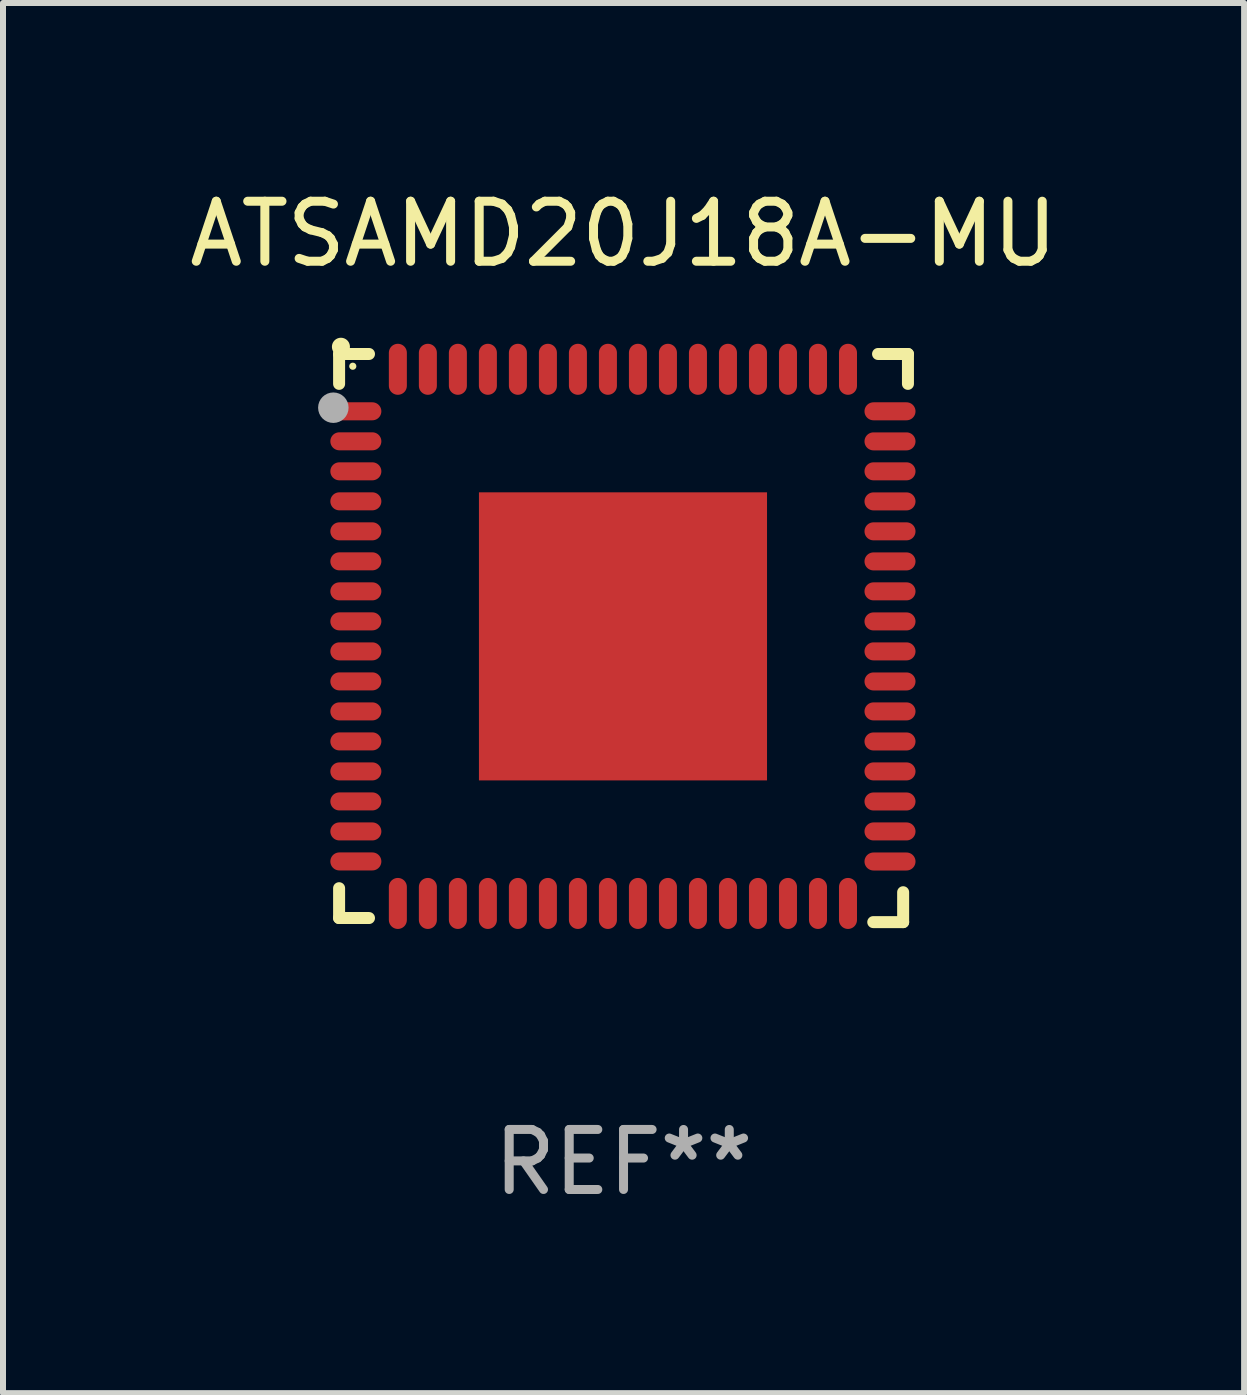
<source format=kicad_pcb>
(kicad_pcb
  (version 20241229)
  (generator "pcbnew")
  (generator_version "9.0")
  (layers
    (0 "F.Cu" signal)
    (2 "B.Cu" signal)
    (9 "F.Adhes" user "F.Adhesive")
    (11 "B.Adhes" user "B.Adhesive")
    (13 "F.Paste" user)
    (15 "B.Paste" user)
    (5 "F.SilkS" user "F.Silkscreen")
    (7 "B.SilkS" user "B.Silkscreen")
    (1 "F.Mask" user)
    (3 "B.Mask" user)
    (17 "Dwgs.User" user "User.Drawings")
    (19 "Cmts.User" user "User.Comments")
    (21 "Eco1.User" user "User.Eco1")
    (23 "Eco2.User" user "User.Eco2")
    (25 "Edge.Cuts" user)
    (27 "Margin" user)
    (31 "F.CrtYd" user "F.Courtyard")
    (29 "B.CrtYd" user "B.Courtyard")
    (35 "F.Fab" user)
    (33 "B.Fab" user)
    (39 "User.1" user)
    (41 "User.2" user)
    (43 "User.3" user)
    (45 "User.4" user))
  (footprint "ATSAMD20J18A-MU"
    (layer "F.Cu")
    (at 7.339 7.581)
    (property "Reference" "ATSAMD20J18A-MU" (at 0 -6.733 0) (layer "F.SilkS") (effects (font (size 1 1) (thickness 0.15))))
    (attr through_hole)
    (fp_line (start -4.739 -4.733) (end -4.241 -4.733) (stroke (width 0.2) (type solid)) (layer "F.SilkS"))
    (fp_line (start -4.739 -4.235) (end -4.739 -4.733) (stroke (width 0.2) (type solid)) (layer "F.SilkS"))
    (fp_line (start -4.739 4.168) (end -4.739 4.665) (stroke (width 0.2) (type solid)) (layer "F.SilkS"))
    (fp_line (start -4.739 4.665) (end -4.241 4.665) (stroke (width 0.2) (type solid)) (layer "F.SilkS"))
    (fp_line (start 4.161 4.733) (end 4.659 4.733) (stroke (width 0.2) (type solid)) (layer "F.SilkS"))
    (fp_line (start 4.241 -4.733) (end 4.739 -4.733) (stroke (width 0.2) (type solid)) (layer "F.SilkS"))
    (fp_line (start 4.659 4.733) (end 4.659 4.235) (stroke (width 0.2) (type solid)) (layer "F.SilkS"))
    (fp_line (start 4.739 -4.733) (end 4.739 -4.235) (stroke (width 0.2) (type solid)) (layer "F.SilkS"))
    (fp_arc (start -4.708623 -4.85108) (mid -4.708628 -4.85235) (end -4.708623 -4.85362) (stroke (width 0.3) (type solid)) (layer "F.SilkS"))
    (fp_circle (center -4.511 -4.529) (end -4.481 -4.529) (stroke (width 0.06) (type solid)) (fill no) (layer "F.SilkS"))
    (fp_circle (center -4.835 -3.838) (end -4.708 -3.838) (stroke (width 0.254) (type solid)) (fill no) (layer "F.Fab"))
    (fp_text user "REF**" (at 0 8.733 0) (layer "F.Fab") (effects (font (size 1 1) (thickness 0.15))))
    (pad "1" smd oval (at -4.46 -3.778) (size 0.85 0.3) (layers "F.Cu" "F.Mask" "F.Paste"))
    (pad "2" smd oval (at -4.46 -3.278) (size 0.85 0.3) (layers "F.Cu" "F.Mask" "F.Paste"))
    (pad "3" smd oval (at -4.46 -2.778) (size 0.85 0.3) (layers "F.Cu" "F.Mask" "F.Paste"))
    (pad "4" smd oval (at -4.46 -2.278) (size 0.85 0.3) (layers "F.Cu" "F.Mask" "F.Paste"))
    (pad "5" smd oval (at -4.46 -1.778) (size 0.85 0.3) (layers "F.Cu" "F.Mask" "F.Paste"))
    (pad "6" smd oval (at -4.46 -1.278) (size 0.85 0.3) (layers "F.Cu" "F.Mask" "F.Paste"))
    (pad "7" smd oval (at -4.46 -0.778) (size 0.85 0.3) (layers "F.Cu" "F.Mask" "F.Paste"))
    (pad "8" smd oval (at -4.46 -0.278) (size 0.85 0.3) (layers "F.Cu" "F.Mask" "F.Paste"))
    (pad "9" smd oval (at -4.46 0.222) (size 0.85 0.3) (layers "F.Cu" "F.Mask" "F.Paste"))
    (pad "10" smd oval (at -4.46 0.722) (size 0.85 0.3) (layers "F.Cu" "F.Mask" "F.Paste"))
    (pad "11" smd oval (at -4.46 1.222) (size 0.85 0.3) (layers "F.Cu" "F.Mask" "F.Paste"))
    (pad "12" smd oval (at -4.46 1.722) (size 0.85 0.3) (layers "F.Cu" "F.Mask" "F.Paste"))
    (pad "13" smd oval (at -4.46 2.222) (size 0.85 0.3) (layers "F.Cu" "F.Mask" "F.Paste"))
    (pad "14" smd oval (at -4.46 2.722) (size 0.85 0.3) (layers "F.Cu" "F.Mask" "F.Paste"))
    (pad "15" smd oval (at -4.46 3.222) (size 0.85 0.3) (layers "F.Cu" "F.Mask" "F.Paste"))
    (pad "16" smd oval (at -4.46 3.722) (size 0.85 0.3) (layers "F.Cu" "F.Mask" "F.Paste"))
    (pad "17" smd oval (at -3.76 4.422) (size 0.3 0.85) (layers "F.Cu" "F.Mask" "F.Paste"))
    (pad "18" smd oval (at -3.26 4.422) (size 0.3 0.85) (layers "F.Cu" "F.Mask" "F.Paste"))
    (pad "19" smd oval (at -2.76 4.422) (size 0.3 0.85) (layers "F.Cu" "F.Mask" "F.Paste"))
    (pad "20" smd oval (at -2.26 4.422) (size 0.3 0.85) (layers "F.Cu" "F.Mask" "F.Paste"))
    (pad "21" smd oval (at -1.76 4.422) (size 0.3 0.85) (layers "F.Cu" "F.Mask" "F.Paste"))
    (pad "22" smd oval (at -1.26 4.422) (size 0.3 0.85) (layers "F.Cu" "F.Mask" "F.Paste"))
    (pad "23" smd oval (at -0.76 4.422) (size 0.3 0.85) (layers "F.Cu" "F.Mask" "F.Paste"))
    (pad "24" smd oval (at -0.26 4.422) (size 0.3 0.85) (layers "F.Cu" "F.Mask" "F.Paste"))
    (pad "25" smd oval (at 0.24 4.422) (size 0.3 0.85) (layers "F.Cu" "F.Mask" "F.Paste"))
    (pad "26" smd oval (at 0.74 4.422) (size 0.3 0.85) (layers "F.Cu" "F.Mask" "F.Paste"))
    (pad "27" smd oval (at 1.24 4.422) (size 0.3 0.85) (layers "F.Cu" "F.Mask" "F.Paste"))
    (pad "28" smd oval (at 1.74 4.422) (size 0.3 0.85) (layers "F.Cu" "F.Mask" "F.Paste"))
    (pad "29" smd oval (at 2.24 4.422) (size 0.3 0.85) (layers "F.Cu" "F.Mask" "F.Paste"))
    (pad "30" smd oval (at 2.74 4.422) (size 0.3 0.85) (layers "F.Cu" "F.Mask" "F.Paste"))
    (pad "31" smd oval (at 3.24 4.422) (size 0.3 0.85) (layers "F.Cu" "F.Mask" "F.Paste"))
    (pad "32" smd oval (at 3.74 4.422) (size 0.3 0.85) (layers "F.Cu" "F.Mask" "F.Paste"))
    (pad "33" smd oval (at 4.44 3.723) (size 0.85 0.3) (layers "F.Cu" "F.Mask" "F.Paste"))
    (pad "34" smd oval (at 4.44 3.222) (size 0.85 0.3) (layers "F.Cu" "F.Mask" "F.Paste"))
    (pad "35" smd oval (at 4.44 2.723) (size 0.85 0.3) (layers "F.Cu" "F.Mask" "F.Paste"))
    (pad "36" smd oval (at 4.44 2.222) (size 0.85 0.3) (layers "F.Cu" "F.Mask" "F.Paste"))
    (pad "37" smd oval (at 4.44 1.723) (size 0.85 0.3) (layers "F.Cu" "F.Mask" "F.Paste"))
    (pad "38" smd oval (at 4.44 1.222) (size 0.85 0.3) (layers "F.Cu" "F.Mask" "F.Paste"))
    (pad "39" smd oval (at 4.44 0.723) (size 0.85 0.3) (layers "F.Cu" "F.Mask" "F.Paste"))
    (pad "40" smd oval (at 4.44 0.222) (size 0.85 0.3) (layers "F.Cu" "F.Mask" "F.Paste"))
    (pad "41" smd oval (at 4.44 -0.277) (size 0.85 0.3) (layers "F.Cu" "F.Mask" "F.Paste"))
    (pad "42" smd oval (at 4.44 -0.778) (size 0.85 0.3) (layers "F.Cu" "F.Mask" "F.Paste"))
    (pad "43" smd oval (at 4.44 -1.277) (size 0.85 0.3) (layers "F.Cu" "F.Mask" "F.Paste"))
    (pad "44" smd oval (at 4.44 -1.778) (size 0.85 0.3) (layers "F.Cu" "F.Mask" "F.Paste"))
    (pad "45" smd oval (at 4.44 -2.277) (size 0.85 0.3) (layers "F.Cu" "F.Mask" "F.Paste"))
    (pad "46" smd oval (at 4.44 -2.778) (size 0.85 0.3) (layers "F.Cu" "F.Mask" "F.Paste"))
    (pad "47" smd oval (at 4.44 -3.277) (size 0.85 0.3) (layers "F.Cu" "F.Mask" "F.Paste"))
    (pad "48" smd oval (at 4.44 -3.778) (size 0.85 0.3) (layers "F.Cu" "F.Mask" "F.Paste"))
    (pad "49" smd oval (at 3.74 -4.478) (size 0.3 0.85) (layers "F.Cu" "F.Mask" "F.Paste"))
    (pad "50" smd oval (at 3.24 -4.478) (size 0.3 0.85) (layers "F.Cu" "F.Mask" "F.Paste"))
    (pad "51" smd oval (at 2.74 -4.478) (size 0.3 0.85) (layers "F.Cu" "F.Mask" "F.Paste"))
    (pad "52" smd oval (at 2.24 -4.478) (size 0.3 0.85) (layers "F.Cu" "F.Mask" "F.Paste"))
    (pad "53" smd oval (at 1.74 -4.478) (size 0.3 0.85) (layers "F.Cu" "F.Mask" "F.Paste"))
    (pad "54" smd oval (at 1.24 -4.478) (size 0.3 0.85) (layers "F.Cu" "F.Mask" "F.Paste"))
    (pad "55" smd oval (at 0.74 -4.478) (size 0.3 0.85) (layers "F.Cu" "F.Mask" "F.Paste"))
    (pad "56" smd oval (at 0.24 -4.478) (size 0.3 0.85) (layers "F.Cu" "F.Mask" "F.Paste"))
    (pad "57" smd oval (at -0.26 -4.478) (size 0.3 0.85) (layers "F.Cu" "F.Mask" "F.Paste"))
    (pad "58" smd oval (at -0.76 -4.478) (size 0.3 0.85) (layers "F.Cu" "F.Mask" "F.Paste"))
    (pad "59" smd oval (at -1.26 -4.478) (size 0.3 0.85) (layers "F.Cu" "F.Mask" "F.Paste"))
    (pad "60" smd oval (at -1.76 -4.478) (size 0.3 0.85) (layers "F.Cu" "F.Mask" "F.Paste"))
    (pad "61" smd oval (at -2.26 -4.478) (size 0.3 0.85) (layers "F.Cu" "F.Mask" "F.Paste"))
    (pad "62" smd oval (at -2.76 -4.478) (size 0.3 0.85) (layers "F.Cu" "F.Mask" "F.Paste"))
    (pad "63" smd oval (at -3.26 -4.478) (size 0.3 0.85) (layers "F.Cu" "F.Mask" "F.Paste"))
    (pad "64" smd oval (at -3.76 -4.478) (size 0.3 0.85) (layers "F.Cu" "F.Mask" "F.Paste"))
    (pad "65" smd rect (at -0.009 -0.028 90) (size 4.8 4.8) (layers "F.Cu" "F.Mask" "F.Paste")))
  (gr_rect
    (start -3 -3)
    (end 17.679 20.162)
    (stroke (width 0.1) (type default))
    (fill no)
    (layer "Edge.Cuts")))
</source>
